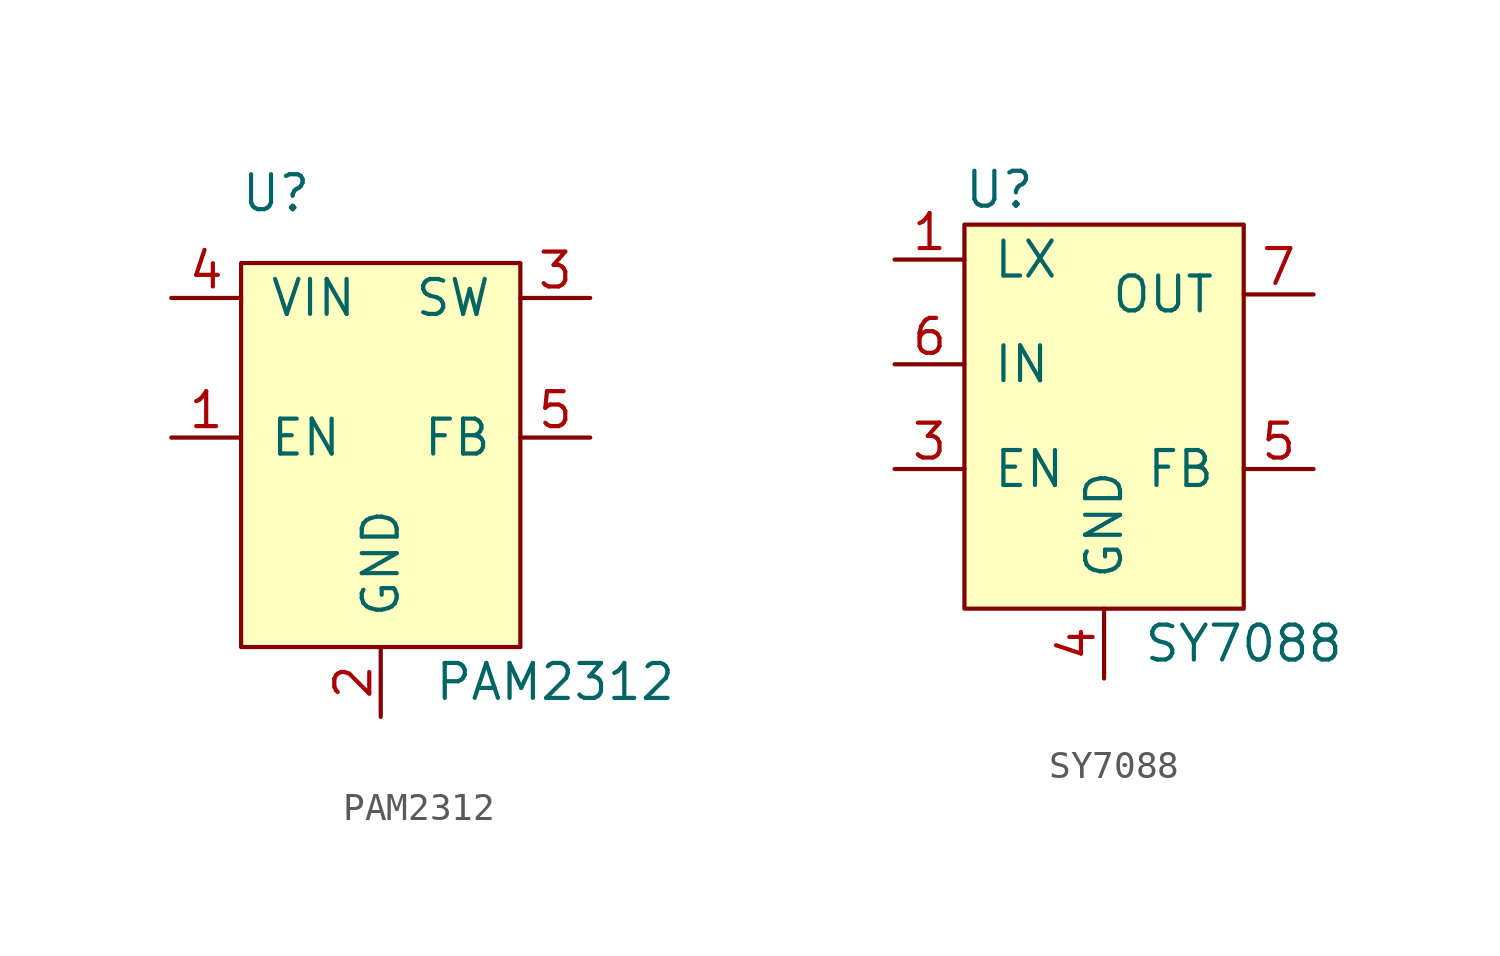
<source format=kicad_sym>
(kicad_symbol_lib
  (version 20231120)
  (generator "kicad_symbol_editor")
  (generator_version "8.0")
  (symbol "PAM2312"
    (pin_names
      (offset 1.016))
    (property "Reference" "U"
      (at -3.81 12.7 0)
      (effects (font (size 1.27 1.27))))
    (property "Value" "PAM2312"
      (at 6.35 -5.08 0)
      (effects (font (size 1.27 1.27))))
    (symbol "PAM2312_0_1"
      (rectangle (start -5.08 10.16) (end 5.08 -3.81) (stroke (width 0) (type solid)) (fill (type background))))
    (symbol "PAM2312_1_1"
      (pin input line (at -7.62 3.81 0) (length 2.54) (name "EN" (effects (font (size 1.27 1.27)))) (number "1" (effects (font (size 1.27 1.27)))))
      (pin power_in line (at 0 -6.35 90) (length 2.54) (name "GND" (effects (font (size 1.27 1.27)))) (number "2" (effects (font (size 1.27 1.27)))))
      (pin output line (at 7.62 8.89 180) (length 2.54) (name "SW" (effects (font (size 1.27 1.27)))) (number "3" (effects (font (size 1.27 1.27)))))
      (pin power_in line (at -7.62 8.89 0) (length 2.54) (name "VIN" (effects (font (size 1.27 1.27)))) (number "4" (effects (font (size 1.27 1.27)))))
      (pin input line (at 7.62 3.81 180) (length 2.54) (name "FB" (effects (font (size 1.27 1.27)))) (number "5" (effects (font (size 1.27 1.27)))))))
  (symbol "SY7088"
    (pin_names
      (offset 1.016))
    (property "Reference" "U"
      (at -3.81 7.62 0)
      (effects (font (size 1.27 1.27))))
    (property "Value" "SY7088"
      (at 5.08 -8.89 0)
      (effects (font (size 1.27 1.27))))
    (symbol "SY7088_0_1"
      (rectangle (start -5.08 6.35) (end 5.08 -7.62) (stroke (width 0) (type solid)) (fill (type background))))
    (symbol "SY7088_1_1"
      (pin input line (at -7.62 5.08 0) (length 2.54) (name "LX" (effects (font (size 1.27 1.27)))) (number "1" (effects (font (size 1.27 1.27)))))
      (pin passive line (at -7.62 5.08 0) (length 2.54) hide (name "LX" (effects (font (size 1.27 1.27)))) (number "2" (effects (font (size 1.27 1.27)))))
      (pin input line (at -7.62 -2.54 0) (length 2.54) (name "EN" (effects (font (size 1.27 1.27)))) (number "3" (effects (font (size 1.27 1.27)))))
      (pin input line (at 0 -10.16 90) (length 2.54) (name "GND" (effects (font (size 1.27 1.27)))) (number "4" (effects (font (size 1.27 1.27)))))
      (pin input line (at 7.62 -2.54 180) (length 2.54) (name "FB" (effects (font (size 1.27 1.27)))) (number "5" (effects (font (size 1.27 1.27)))))
      (pin input line (at -7.62 1.27 0) (length 2.54) (name "IN" (effects (font (size 1.27 1.27)))) (number "6" (effects (font (size 1.27 1.27)))))
      (pin output line (at 7.62 3.81 180) (length 2.54) (name "OUT" (effects (font (size 1.27 1.27)))) (number "7" (effects (font (size 1.27 1.27)))))
      (pin passive line (at 7.62 3.81 180) (length 2.54) hide (name "OUT" (effects (font (size 1.27 1.27)))) (number "8" (effects (font (size 1.27 1.27)))))
      (pin input line (at 0 -10.16 90) (length 2.54) hide (name "GND" (effects (font (size 1.27 1.27)))) (number "9" (effects (font (size 1.27 1.27))))))))
</source>
